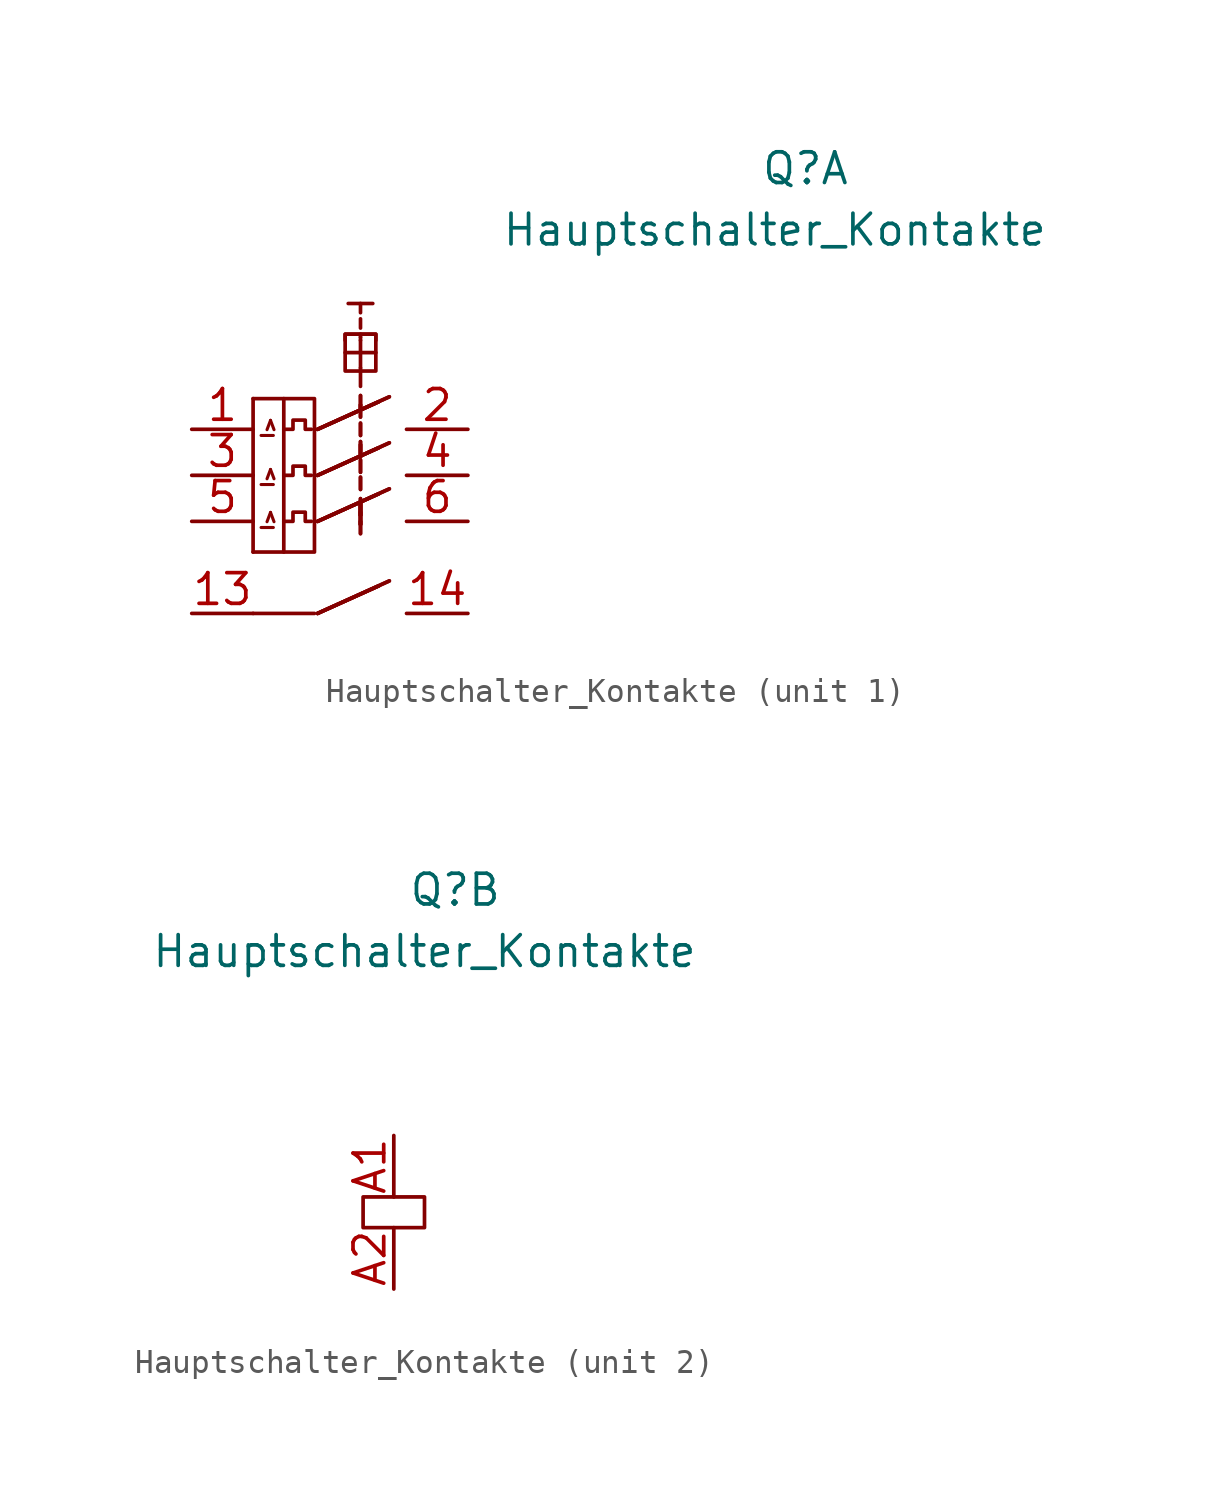
<source format=kicad_sym>
(kicad_symbol_lib
  (version 20231120)
  (generator "kicad_symbol_editor")
  (generator_version "8.0")
  (symbol "Hauptschalter_Kontakte"
    (pin_names
      (offset 1.016))
    (property "Reference" "Q"
      (at 25.4 12.7 0)
      (effects (font (size 1.27 1.27))))
    (property "Value" "Hauptschalter_Kontakte"
      (at 24.13 10.16 0)
      (effects (font (size 1.27 1.27))))
    (symbol "Hauptschalter_Kontakte_1_1"
      (polyline (pts (xy 2.54 -5.715) (xy 5.08 -5.715)) (stroke (width 0) (type solid)) (fill (type none)))
      (polyline (pts (xy 2.54 -3.175) (xy 3.81 -3.175)) (stroke (width 0) (type solid)) (fill (type none)))
      (polyline (pts (xy 2.54 3.175) (xy 2.54 -3.175)) (stroke (width 0) (type solid)) (fill (type none)))
      (polyline (pts (xy 2.54 3.175) (xy 3.81 3.175)) (stroke (width 0) (type solid)) (fill (type none)))
      (polyline (pts (xy 5.207 -5.715) (xy 7.747 -4.572)) (stroke (width 0) (type solid)) (fill (type none)))
      (polyline (pts (xy 5.207 -5.715) (xy 7.747 -4.572)) (stroke (width 0) (type solid)) (fill (type none)))
      (polyline (pts (xy 5.207 -5.715) (xy 8.179 -4.369)) (stroke (width 0) (type solid)) (fill (type none)))
      (polyline (pts (xy 5.207 -5.715) (xy 8.179 -4.369)) (stroke (width 0) (type solid)) (fill (type none)))
      (polyline (pts (xy 5.207 -1.905) (xy 7.747 -0.762)) (stroke (width 0) (type solid)) (fill (type none)))
      (polyline (pts (xy 5.207 -1.905) (xy 7.747 -0.762)) (stroke (width 0) (type solid)) (fill (type none)))
      (polyline (pts (xy 5.207 -1.905) (xy 8.179 -0.559)) (stroke (width 0) (type solid)) (fill (type none)))
      (polyline (pts (xy 5.207 -1.905) (xy 8.179 -0.559)) (stroke (width 0) (type solid)) (fill (type none)))
      (polyline (pts (xy 5.207 0) (xy 7.747 1.143)) (stroke (width 0) (type solid)) (fill (type none)))
      (polyline (pts (xy 5.207 0) (xy 7.747 1.143)) (stroke (width 0) (type solid)) (fill (type none)))
      (polyline (pts (xy 5.207 0) (xy 8.179 1.346)) (stroke (width 0) (type solid)) (fill (type none)))
      (polyline (pts (xy 5.207 0) (xy 8.179 1.346)) (stroke (width 0) (type solid)) (fill (type none)))
      (polyline (pts (xy 5.207 1.905) (xy 7.747 3.048)) (stroke (width 0) (type solid)) (fill (type none)))
      (polyline (pts (xy 5.207 1.905) (xy 7.747 3.048)) (stroke (width 0) (type solid)) (fill (type none)))
      (polyline (pts (xy 5.207 1.905) (xy 8.179 3.251)) (stroke (width 0) (type solid)) (fill (type none)))
      (polyline (pts (xy 5.207 1.905) (xy 8.179 3.251)) (stroke (width 0) (type solid)) (fill (type none)))
      (polyline (pts (xy 6.985 3.683) (xy 6.985 4.445)) (stroke (width 0) (type solid)) (fill (type none)))
      (polyline (pts (xy 6.985 5.588) (xy 6.985 4.445)) (stroke (width 0) (type solid)) (fill (type none)))
      (polyline (pts (xy 6.985 5.588) (xy 6.985 5.715)) (stroke (width 0) (type solid)) (fill (type none)))
      (polyline (pts (xy 6.985 5.715) (xy 6.985 5.842)) (stroke (width 0) (type solid)) (fill (type none)))
      (polyline (pts (xy 6.985 6.096) (xy 6.985 6.477)) (stroke (width 0) (type solid)) (fill (type none)))
      (polyline (pts (xy 6.985 6.731) (xy 6.985 7.112)) (stroke (width 0) (type solid)) (fill (type none)))
      (polyline (pts (xy 7.493 7.112) (xy 6.477 7.112)) (stroke (width 0) (type solid)) (fill (type none)))
      (polyline (pts (xy 7.62 5.08) (xy 6.35 5.08)) (stroke (width 0) (type solid)) (fill (type none)))
      (polyline (pts (xy 6.35 5.588) (xy 6.35 5.842) (xy 7.62 5.842) (xy 7.62 5.588)) (stroke (width 0) (type solid)) (fill (type none)))
      (polyline (pts (xy 3.81 -1.905) (xy 4.191 -1.905) (xy 4.191 -1.524) (xy 4.699 -1.524) (xy 4.699 -1.905) (xy 4.953 -1.905)) (stroke (width 0) (type solid)) (fill (type none)))
      (polyline (pts (xy 3.81 0) (xy 4.191 0) (xy 4.191 0.381) (xy 4.699 0.381) (xy 4.699 0) (xy 4.953 0)) (stroke (width 0) (type solid)) (fill (type none)))
      (polyline (pts (xy 3.81 1.905) (xy 4.191 1.905) (xy 4.191 2.286) (xy 4.699 2.286) (xy 4.699 1.905) (xy 4.953 1.905)) (stroke (width 0) (type solid)) (fill (type none)))
      (rectangle (start 3.81 3.175) (end 5.08 -3.175) (stroke (width 0) (type solid)) (fill (type none)))
      (rectangle (start 6.985 -2.413) (end 6.985 -1.905) (stroke (width 0) (type solid)) (fill (type none)))
      (rectangle (start 6.985 -2.413) (end 6.985 -1.905) (stroke (width 0) (type solid)) (fill (type none)))
      (rectangle (start 6.985 -2.032) (end 6.985 -1.524) (stroke (width 0) (type solid)) (fill (type none)))
      (rectangle (start 6.985 -2.032) (end 6.985 -1.524) (stroke (width 0) (type solid)) (fill (type none)))
      (rectangle (start 6.985 -2.032) (end 6.985 -1.524) (stroke (width 0) (type solid)) (fill (type none)))
      (rectangle (start 6.985 -2.032) (end 6.985 -1.524) (stroke (width 0) (type solid)) (fill (type none)))
      (rectangle (start 6.985 -1.651) (end 6.985 -1.143) (stroke (width 0) (type solid)) (fill (type none)))
      (rectangle (start 6.985 -1.651) (end 6.985 -1.143) (stroke (width 0) (type solid)) (fill (type none)))
      (rectangle (start 6.985 -1.651) (end 6.985 -1.143) (stroke (width 0) (type solid)) (fill (type none)))
      (rectangle (start 6.985 -1.651) (end 6.985 -1.143) (stroke (width 0) (type solid)) (fill (type none)))
      (rectangle (start 6.985 -1.473) (end 6.985 -0.965) (stroke (width 0) (type solid)) (fill (type none)))
      (rectangle (start 6.985 -1.473) (end 6.985 -0.965) (stroke (width 0) (type solid)) (fill (type none)))
      (rectangle (start 6.985 -0.584) (end 6.985 -0.076) (stroke (width 0) (type solid)) (fill (type none)))
      (rectangle (start 6.985 -0.584) (end 6.985 -0.076) (stroke (width 0) (type solid)) (fill (type none)))
      (rectangle (start 6.985 0.127) (end 6.985 0.635) (stroke (width 0) (type solid)) (fill (type none)))
      (rectangle (start 6.985 0.127) (end 6.985 0.635) (stroke (width 0) (type solid)) (fill (type none)))
      (rectangle (start 6.985 0.762) (end 6.985 1.27) (stroke (width 0) (type solid)) (fill (type none)))
      (rectangle (start 6.985 0.762) (end 6.985 1.27) (stroke (width 0) (type solid)) (fill (type none)))
      (rectangle (start 6.985 0.889) (end 6.985 1.397) (stroke (width 0) (type solid)) (fill (type none)))
      (rectangle (start 6.985 0.889) (end 6.985 1.397) (stroke (width 0) (type solid)) (fill (type none)))
      (rectangle (start 6.985 1.651) (end 6.985 2.159) (stroke (width 0) (type solid)) (fill (type none)))
      (rectangle (start 6.985 1.651) (end 6.985 2.159) (stroke (width 0) (type solid)) (fill (type none)))
      (rectangle (start 6.985 2.413) (end 6.985 2.921) (stroke (width 0) (type solid)) (fill (type none)))
      (rectangle (start 6.985 2.413) (end 6.985 2.921) (stroke (width 0) (type solid)) (fill (type none)))
      (rectangle (start 6.985 2.794) (end 6.985 3.302) (stroke (width 0) (type solid)) (fill (type none)))
      (rectangle (start 6.985 2.794) (end 6.985 3.302) (stroke (width 0) (type solid)) (fill (type none)))
      (rectangle (start 7.62 5.842) (end 6.35 4.318) (stroke (width 0) (type solid)) (fill (type none)))
      (text ">" (at 3.226 -1.727 900) (effects (font (size 0.508 0.508))))
      (text ">" (at 3.226 0.051 900) (effects (font (size 0.508 0.508))))
      (text ">" (at 3.226 2.083 900) (effects (font (size 0.508 0.508))))
      (text "I" (at 3.15 -2.159 900) (effects (font (size 0.508 0.508))))
      (text "I" (at 3.15 -0.381 900) (effects (font (size 0.508 0.508))))
      (text "I" (at 3.15 1.651 900) (effects (font (size 0.508 0.508))))
      (pin input line (at 0 1.905 0) (length 2.54) (name "~" (effects (font (size 1.27 1.27)))) (number "1" (effects (font (size 1.27 1.27)))))
      (pin input line (at 0 -5.715 0) (length 2.54) (name "~" (effects (font (size 1.27 1.27)))) (number "13" (effects (font (size 1.27 1.27)))))
      (pin input line (at 11.43 -5.715 180) (length 2.54) (name "~" (effects (font (size 1.27 1.27)))) (number "14" (effects (font (size 1.27 1.27)))))
      (pin input line (at 11.43 1.905 180) (length 2.54) (name "~" (effects (font (size 1.27 1.27)))) (number "2" (effects (font (size 1.27 1.27)))))
      (pin input line (at 0 0 0) (length 2.54) (name "~" (effects (font (size 1.27 1.27)))) (number "3" (effects (font (size 1.27 1.27)))))
      (pin input line (at 11.43 0 180) (length 2.54) (name "~" (effects (font (size 1.27 1.27)))) (number "4" (effects (font (size 1.27 1.27)))))
      (pin input line (at 0 -1.905 0) (length 2.54) (name "~" (effects (font (size 1.27 1.27)))) (number "5" (effects (font (size 1.27 1.27)))))
      (pin input line (at 11.43 -1.905 180) (length 2.54) (name "~" (effects (font (size 1.27 1.27)))) (number "6" (effects (font (size 1.27 1.27))))))
    (symbol "Hauptschalter_Kontakte_2_1"
      (rectangle (start 21.59 0) (end 24.13 -1.27) (stroke (width 0) (type solid)) (fill (type none)))
      (pin input line (at 22.86 2.54 270) (length 2.54) (name "~" (effects (font (size 1.27 1.27)))) (number "A1" (effects (font (size 1.27 1.27)))))
      (pin input line (at 22.86 -3.81 90) (length 2.54) (name "~" (effects (font (size 1.27 1.27)))) (number "A2" (effects (font (size 1.27 1.27))))))))
</source>
